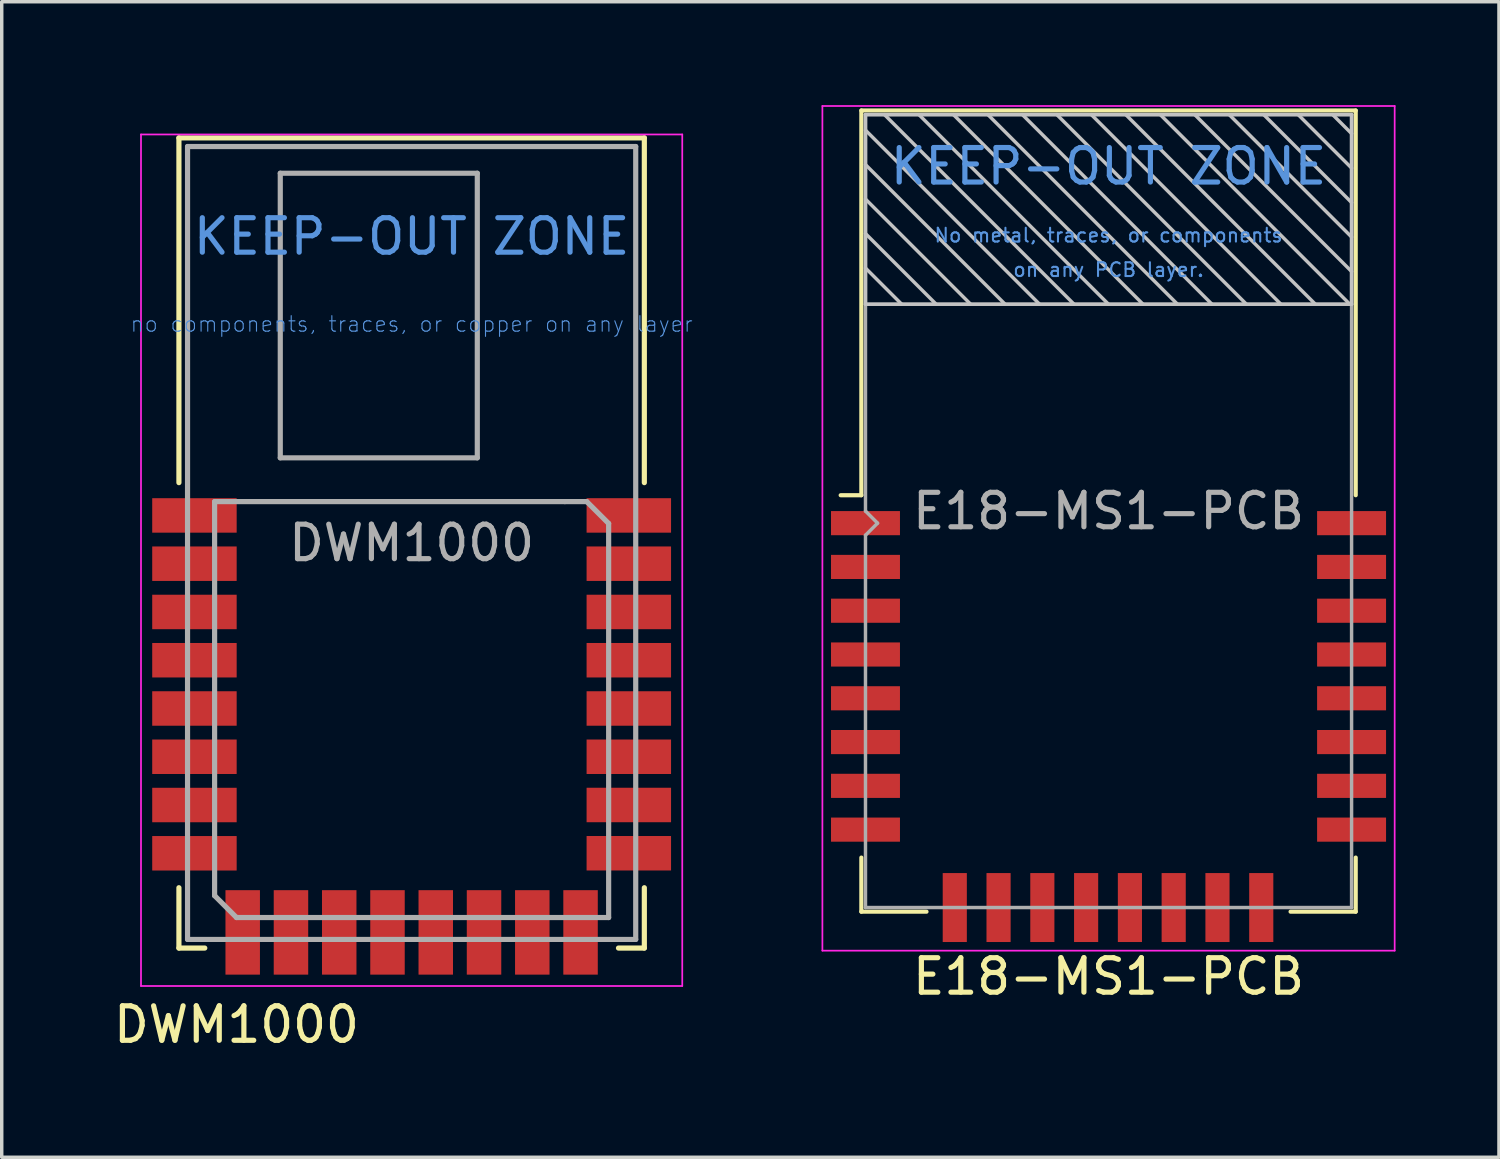
<source format=kicad_pcb>
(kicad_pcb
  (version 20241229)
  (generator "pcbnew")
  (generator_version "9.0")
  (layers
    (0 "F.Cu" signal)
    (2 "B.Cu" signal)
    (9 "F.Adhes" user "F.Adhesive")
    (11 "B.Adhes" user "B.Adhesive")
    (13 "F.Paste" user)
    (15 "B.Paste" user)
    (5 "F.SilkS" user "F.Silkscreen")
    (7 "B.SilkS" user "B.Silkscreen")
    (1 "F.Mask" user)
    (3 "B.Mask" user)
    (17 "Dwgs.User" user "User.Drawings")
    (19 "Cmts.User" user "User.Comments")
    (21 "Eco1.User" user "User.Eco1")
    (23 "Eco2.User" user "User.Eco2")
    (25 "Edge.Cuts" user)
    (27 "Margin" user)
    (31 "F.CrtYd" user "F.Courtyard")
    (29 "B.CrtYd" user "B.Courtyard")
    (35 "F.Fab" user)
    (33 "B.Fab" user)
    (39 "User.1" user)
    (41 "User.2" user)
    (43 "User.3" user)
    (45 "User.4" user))
  (footprint "DWM1000"
    (layer "F.Cu")
    (at 8.89 12.7)
    (property "Reference" "DWM1000" (at -5.08 13.97 0) (layer "F.SilkS") (effects (font (size 1 1) (thickness 0.15))))
    (attr smd)
    (fp_line (start -6.75 -11.75) (end -6.75 -1.75) (stroke (width 0.15) (type solid)) (layer "F.SilkS"))
    (fp_line (start -6.75 -11.75) (end 6.75 -11.75) (stroke (width 0.15) (type solid)) (layer "F.SilkS"))
    (fp_line (start -6.75 11.75) (end -6.75 10) (stroke (width 0.15) (type solid)) (layer "F.SilkS"))
    (fp_line (start -6 11.75) (end -6.75 11.75) (stroke (width 0.15) (type solid)) (layer "F.SilkS"))
    (fp_line (start 6 11.75) (end 6.75 11.75) (stroke (width 0.15) (type solid)) (layer "F.SilkS"))
    (fp_line (start 6.75 -11.75) (end 6.75 -1.75) (stroke (width 0.15) (type solid)) (layer "F.SilkS"))
    (fp_line (start 6.75 11.75) (end 6.75 10) (stroke (width 0.15) (type solid)) (layer "F.SilkS"))
    (fp_line (start -7.85 -11.85) (end -7.85 12.85) (stroke (width 0.05) (type solid)) (layer "F.CrtYd"))
    (fp_line (start -7.85 12.85) (end 7.85 12.85) (stroke (width 0.05) (type solid)) (layer "F.CrtYd"))
    (fp_line (start 7.85 -11.85) (end -7.85 -11.85) (stroke (width 0.05) (type solid)) (layer "F.CrtYd"))
    (fp_line (start 7.85 12.85) (end 7.85 -11.85) (stroke (width 0.05) (type solid)) (layer "F.CrtYd"))
    (fp_line (start -6.5 -11.5) (end -6.5 11.5) (stroke (width 0.15) (type solid)) (layer "F.Fab"))
    (fp_line (start -6.5 11.5) (end 6.5 11.5) (stroke (width 0.15) (type solid)) (layer "F.Fab"))
    (fp_line (start -5.715 -1.2) (end 4.445 -1.2) (stroke (width 0.15) (type solid)) (layer "F.Fab"))
    (fp_line (start -5.715 10.23) (end -5.715 -1.2) (stroke (width 0.15) (type solid)) (layer "F.Fab"))
    (fp_line (start -5.08 10.865) (end -5.715 10.23) (stroke (width 0.15) (type solid)) (layer "F.Fab"))
    (fp_line (start -3.81 -10.725) (end 1.905 -10.725) (stroke (width 0.15) (type solid)) (layer "F.Fab"))
    (fp_line (start -3.81 -2.47) (end -3.81 -10.725) (stroke (width 0.15) (type solid)) (layer "F.Fab"))
    (fp_line (start 1.905 -10.725) (end 1.905 -2.47) (stroke (width 0.15) (type solid)) (layer "F.Fab"))
    (fp_line (start 1.905 -2.47) (end -3.81 -2.47) (stroke (width 0.15) (type solid)) (layer "F.Fab"))
    (fp_line (start 4.445 -1.2) (end 5.08 -1.2) (stroke (width 0.15) (type solid)) (layer "F.Fab"))
    (fp_line (start 5.08 -1.2) (end 5.715 -0.565) (stroke (width 0.15) (type solid)) (layer "F.Fab"))
    (fp_line (start 5.715 -0.565) (end 5.715 10.865) (stroke (width 0.15) (type solid)) (layer "F.Fab"))
    (fp_line (start 5.715 10.865) (end -5.08 10.865) (stroke (width 0.15) (type solid)) (layer "F.Fab"))
    (fp_line (start 6.5 -11.5) (end -6.5 -11.5) (stroke (width 0.15) (type solid)) (layer "F.Fab"))
    (fp_line (start 6.5 11.5) (end 6.5 -11.5) (stroke (width 0.15) (type solid)) (layer "F.Fab"))
    (fp_text user "no components, traces, or copper on any layer" (at 0 -6.35 0) (layer "Cmts.User") (effects (font (size 0.45 0.45) (thickness 0.032))))
    (fp_text user "KEEP-OUT ZONE" (at 0 -8.89 0) (layer "Cmts.User") (effects (font (size 1 1) (thickness 0.15))))
    (fp_text user "${REFERENCE}" (at 0 0 0) (layer "F.Fab") (effects (font (size 1 1) (thickness 0.15))))
    (pad "1" smd rect (at -6.3 -0.799 90) (size 1 2.45) (layers "F.Cu" "F.Mask" "F.Paste"))
    (pad "2" smd rect (at -6.3 0.601 90) (size 1 2.45) (layers "F.Cu" "F.Mask" "F.Paste"))
    (pad "3" smd rect (at -6.3 2.001 90) (size 1 2.45) (layers "F.Cu" "F.Mask" "F.Paste"))
    (pad "4" smd rect (at -6.3 3.401 90) (size 1 2.45) (layers "F.Cu" "F.Mask" "F.Paste"))
    (pad "5" smd rect (at -6.3 4.801 90) (size 1 2.45) (layers "F.Cu" "F.Mask" "F.Paste"))
    (pad "6" smd rect (at -6.3 6.201 90) (size 1 2.45) (layers "F.Cu" "F.Mask" "F.Paste"))
    (pad "7" smd rect (at -6.3 7.601 90) (size 1 2.45) (layers "F.Cu" "F.Mask" "F.Paste"))
    (pad "8" smd rect (at -6.3 9.001 90) (size 1 2.45) (layers "F.Cu" "F.Mask" "F.Paste"))
    (pad "9" smd rect (at -4.9 11.296) (size 1 2.45) (layers "F.Cu" "F.Mask" "F.Paste"))
    (pad "10" smd rect (at -3.5 11.296) (size 1 2.45) (layers "F.Cu" "F.Mask" "F.Paste"))
    (pad "11" smd rect (at -2.1 11.296) (size 1 2.45) (layers "F.Cu" "F.Mask" "F.Paste"))
    (pad "12" smd rect (at -0.7 11.296) (size 1 2.45) (layers "F.Cu" "F.Mask" "F.Paste"))
    (pad "13" smd rect (at 0.7 11.296) (size 1 2.45) (layers "F.Cu" "F.Mask" "F.Paste"))
    (pad "14" smd rect (at 2.1 11.296) (size 1 2.45) (layers "F.Cu" "F.Mask" "F.Paste"))
    (pad "15" smd rect (at 3.5 11.296) (size 1 2.45) (layers "F.Cu" "F.Mask" "F.Paste"))
    (pad "16" smd rect (at 4.9 11.296) (size 1 2.45) (layers "F.Cu" "F.Mask" "F.Paste"))
    (pad "17" smd rect (at 6.3 9 90) (size 1 2.45) (layers "F.Cu" "F.Mask" "F.Paste"))
    (pad "18" smd rect (at 6.3 7.6 90) (size 1 2.45) (layers "F.Cu" "F.Mask" "F.Paste"))
    (pad "19" smd rect (at 6.3 6.201 90) (size 1 2.45) (layers "F.Cu" "F.Mask" "F.Paste"))
    (pad "20" smd rect (at 6.3 4.801 90) (size 1 2.45) (layers "F.Cu" "F.Mask" "F.Paste"))
    (pad "21" smd rect (at 6.3 3.401 90) (size 1 2.45) (layers "F.Cu" "F.Mask" "F.Paste"))
    (pad "22" smd rect (at 6.3 2.001 90) (size 1 2.45) (layers "F.Cu" "F.Mask" "F.Paste"))
    (pad "23" smd rect (at 6.3 0.601 90) (size 1 2.45) (layers "F.Cu" "F.Mask" "F.Paste"))
    (pad "24" smd rect (at 6.3 -0.799 90) (size 1 2.45) (layers "F.Cu" "F.Mask" "F.Paste"))
    (zone (net_name "") (layers "F.Cu" "B.Cu") (hatch full 0.508) (connect_pads) (min_thickness 0.254) (filled_areas_thickness no) (keepout (tracks not_allowed) (vias not_allowed) (pads not_allowed) (copperpour not_allowed) (footprints not_allowed)) (placement (enabled no)) (fill) (polygon (pts (xy 0 11.38) (xy 17.78 11.38) (xy 17.78 0) (xy 0 0)))))
  (footprint "E18-MS1-PCB"
    (layer "F.Cu")
    (at 29.105 11.775)
    (property "Reference" "E18-MS1-PCB" (at 0 13.5 180) (layer "F.SilkS") (effects (font (size 1 1) (thickness 0.15))))
    (attr smd)
    (fp_line (start -7.17 -11.62) (end -7.17 -0.46) (stroke (width 0.12) (type solid)) (layer "F.SilkS"))
    (fp_line (start -7.17 -0.46) (end -7.77 -0.46) (stroke (width 0.12) (type solid)) (layer "F.SilkS"))
    (fp_line (start -7.17 11.62) (end -7.17 10.05) (stroke (width 0.12) (type solid)) (layer "F.SilkS"))
    (fp_line (start -7.17 11.62) (end -5.28 11.62) (stroke (width 0.12) (type solid)) (layer "F.SilkS"))
    (fp_line (start 5.28 11.62) (end 7.17 11.62) (stroke (width 0.12) (type solid)) (layer "F.SilkS"))
    (fp_line (start 7.17 -11.62) (end -7.17 -11.62) (stroke (width 0.12) (type solid)) (layer "F.SilkS"))
    (fp_line (start 7.17 -0.46) (end 7.17 -11.62) (stroke (width 0.12) (type solid)) (layer "F.SilkS"))
    (fp_line (start 7.17 11.62) (end 7.17 10.05) (stroke (width 0.12) (type solid)) (layer "F.SilkS"))
    (fp_line (start -7.05 -11.5) (end 7.05 -11.5) (stroke (width 0.1) (type solid)) (layer "Dwgs.User"))
    (fp_line (start -7.05 -6) (end -7.05 -11.5) (stroke (width 0.1) (type solid)) (layer "Dwgs.User"))
    (fp_line (start -6 -6) (end -7.05 -7.05) (stroke (width 0.1) (type solid)) (layer "Dwgs.User"))
    (fp_line (start -5 -6) (end -7.05 -8.05) (stroke (width 0.1) (type solid)) (layer "Dwgs.User"))
    (fp_line (start -4 -6) (end -7.05 -9.05) (stroke (width 0.1) (type solid)) (layer "Dwgs.User"))
    (fp_line (start -3 -6) (end -7.05 -10.05) (stroke (width 0.1) (type solid)) (layer "Dwgs.User"))
    (fp_line (start -2 -6) (end -7.05 -11.05) (stroke (width 0.1) (type solid)) (layer "Dwgs.User"))
    (fp_line (start -1 -6) (end -6.5 -11.5) (stroke (width 0.1) (type solid)) (layer "Dwgs.User"))
    (fp_line (start 0 -6) (end -5.5 -11.5) (stroke (width 0.1) (type solid)) (layer "Dwgs.User"))
    (fp_line (start 1 -6) (end -4.5 -11.5) (stroke (width 0.1) (type solid)) (layer "Dwgs.User"))
    (fp_line (start 2 -6) (end -3.5 -11.5) (stroke (width 0.1) (type solid)) (layer "Dwgs.User"))
    (fp_line (start 2.5 -11.5) (end 7.05 -6.95) (stroke (width 0.1) (type solid)) (layer "Dwgs.User"))
    (fp_line (start 3 -6) (end -2.5 -11.5) (stroke (width 0.1) (type solid)) (layer "Dwgs.User"))
    (fp_line (start 4 -6) (end -1.5 -11.5) (stroke (width 0.1) (type solid)) (layer "Dwgs.User"))
    (fp_line (start 4.5 -11.5) (end 7.05 -8.95) (stroke (width 0.1) (type solid)) (layer "Dwgs.User"))
    (fp_line (start 5 -6) (end -0.5 -11.5) (stroke (width 0.1) (type solid)) (layer "Dwgs.User"))
    (fp_line (start 6 -6) (end 0.5 -11.5) (stroke (width 0.1) (type solid)) (layer "Dwgs.User"))
    (fp_line (start 6.5 -11.5) (end 7.05 -10.95) (stroke (width 0.1) (type solid)) (layer "Dwgs.User"))
    (fp_line (start 7 -6) (end 1.5 -11.5) (stroke (width 0.1) (type solid)) (layer "Dwgs.User"))
    (fp_line (start 7.05 -11.5) (end 7.05 -6) (stroke (width 0.1) (type solid)) (layer "Dwgs.User"))
    (fp_line (start 7.05 -9.95) (end 5.5 -11.5) (stroke (width 0.1) (type solid)) (layer "Dwgs.User"))
    (fp_line (start 7.05 -7.95) (end 3.5 -11.5) (stroke (width 0.1) (type solid)) (layer "Dwgs.User"))
    (fp_line (start 7.05 -6) (end -7.05 -6) (stroke (width 0.1) (type solid)) (layer "Dwgs.User"))
    (fp_line (start -8.3 -11.75) (end 8.3 -11.75) (stroke (width 0.05) (type solid)) (layer "F.CrtYd"))
    (fp_line (start -8.3 12.75) (end -8.3 -11.75) (stroke (width 0.05) (type solid)) (layer "F.CrtYd"))
    (fp_line (start 8.3 -11.75) (end 8.3 12.75) (stroke (width 0.05) (type solid)) (layer "F.CrtYd"))
    (fp_line (start 8.3 12.75) (end -8.3 12.75) (stroke (width 0.05) (type solid)) (layer "F.CrtYd"))
    (fp_line (start -7.05 -11.5) (end -7.05 0) (stroke (width 0.1) (type solid)) (layer "F.Fab"))
    (fp_line (start -7.05 -11.5) (end 7.05 -11.5) (stroke (width 0.1) (type solid)) (layer "F.Fab"))
    (fp_line (start -7.05 0) (end -6.7 0.35) (stroke (width 0.1) (type solid)) (layer "F.Fab"))
    (fp_line (start -7.05 0.7) (end -7.05 11.5) (stroke (width 0.1) (type solid)) (layer "F.Fab"))
    (fp_line (start -6.7 0.35) (end -7.05 0.7) (stroke (width 0.1) (type solid)) (layer "F.Fab"))
    (fp_line (start 7.05 -11.5) (end 7.05 11.5) (stroke (width 0.1) (type solid)) (layer "F.Fab"))
    (fp_line (start 7.05 -6) (end -7.05 -6) (stroke (width 0.1) (type solid)) (layer "F.Fab"))
    (fp_line (start 7.05 11.5) (end -7.05 11.5) (stroke (width 0.1) (type solid)) (layer "F.Fab"))
    (fp_text user "on any PCB layer." (at 0 -7 180) (layer "Cmts.User") (effects (font (size 0.4 0.4) (thickness 0.06))))
    (fp_text user "KEEP-OUT ZONE" (at 0 -10 180) (layer "Cmts.User") (effects (font (size 1 1) (thickness 0.15))))
    (fp_text user "No metal, traces, or components" (at 0 -8 180) (layer "Cmts.User") (effects (font (size 0.4 0.4) (thickness 0.06))))
    (fp_text user "${REFERENCE}" (at 0 0 180) (layer "F.Fab") (effects (font (size 1 1) (thickness 0.15))))
    (pad "1" smd rect (at -7.05 0.35 270) (size 0.7 2) (layers "F.Cu" "F.Mask" "F.Paste"))
    (pad "2" smd rect (at -7.05 1.62 270) (size 0.7 2) (layers "F.Cu" "F.Mask" "F.Paste"))
    (pad "3" smd rect (at -7.05 2.89 270) (size 0.7 2) (layers "F.Cu" "F.Mask" "F.Paste"))
    (pad "4" smd rect (at -7.05 4.16 270) (size 0.7 2) (layers "F.Cu" "F.Mask" "F.Paste"))
    (pad "5" smd rect (at -7.05 5.43 270) (size 0.7 2) (layers "F.Cu" "F.Mask" "F.Paste"))
    (pad "6" smd rect (at -7.05 6.7 270) (size 0.7 2) (layers "F.Cu" "F.Mask" "F.Paste"))
    (pad "7" smd rect (at -7.05 7.97 270) (size 0.7 2) (layers "F.Cu" "F.Mask" "F.Paste"))
    (pad "8" smd rect (at -7.05 9.24 270) (size 0.7 2) (layers "F.Cu" "F.Mask" "F.Paste"))
    (pad "9" smd rect (at -4.46 11.5 180) (size 0.7 2) (layers "F.Cu" "F.Mask" "F.Paste"))
    (pad "10" smd rect (at -3.19 11.5 180) (size 0.7 2) (layers "F.Cu" "F.Mask" "F.Paste"))
    (pad "11" smd rect (at -1.92 11.5 180) (size 0.7 2) (layers "F.Cu" "F.Mask" "F.Paste"))
    (pad "12" smd rect (at -0.65 11.5 180) (size 0.7 2) (layers "F.Cu" "F.Mask" "F.Paste"))
    (pad "13" smd rect (at 0.62 11.5 180) (size 0.7 2) (layers "F.Cu" "F.Mask" "F.Paste"))
    (pad "14" smd rect (at 1.89 11.5 180) (size 0.7 2) (layers "F.Cu" "F.Mask" "F.Paste"))
    (pad "15" smd rect (at 3.16 11.5 180) (size 0.7 2) (layers "F.Cu" "F.Mask" "F.Paste"))
    (pad "16" smd rect (at 4.43 11.5 180) (size 0.7 2) (layers "F.Cu" "F.Mask" "F.Paste"))
    (pad "17" smd rect (at 7.05 9.24 90) (size 0.7 2) (layers "F.Cu" "F.Mask" "F.Paste"))
    (pad "18" smd rect (at 7.05 7.97 90) (size 0.7 2) (layers "F.Cu" "F.Mask" "F.Paste"))
    (pad "19" smd rect (at 7.05 6.7 90) (size 0.7 2) (layers "F.Cu" "F.Mask" "F.Paste"))
    (pad "20" smd rect (at 7.05 5.43 90) (size 0.7 2) (layers "F.Cu" "F.Mask" "F.Paste"))
    (pad "21" smd rect (at 7.05 4.16 90) (size 0.7 2) (layers "F.Cu" "F.Mask" "F.Paste"))
    (pad "22" smd rect (at 7.05 2.89 90) (size 0.7 2) (layers "F.Cu" "F.Mask" "F.Paste"))
    (pad "23" smd rect (at 7.05 1.62 90) (size 0.7 2) (layers "F.Cu" "F.Mask" "F.Paste"))
    (pad "24" smd rect (at 7.05 0.35 90) (size 0.7 2) (layers "F.Cu" "F.Mask" "F.Paste")))
  (gr_rect
    (start -3 -3)
    (end 40.43 30.518)
    (stroke (width 0.1) (type default))
    (fill no)
    (layer "Edge.Cuts")))
</source>
